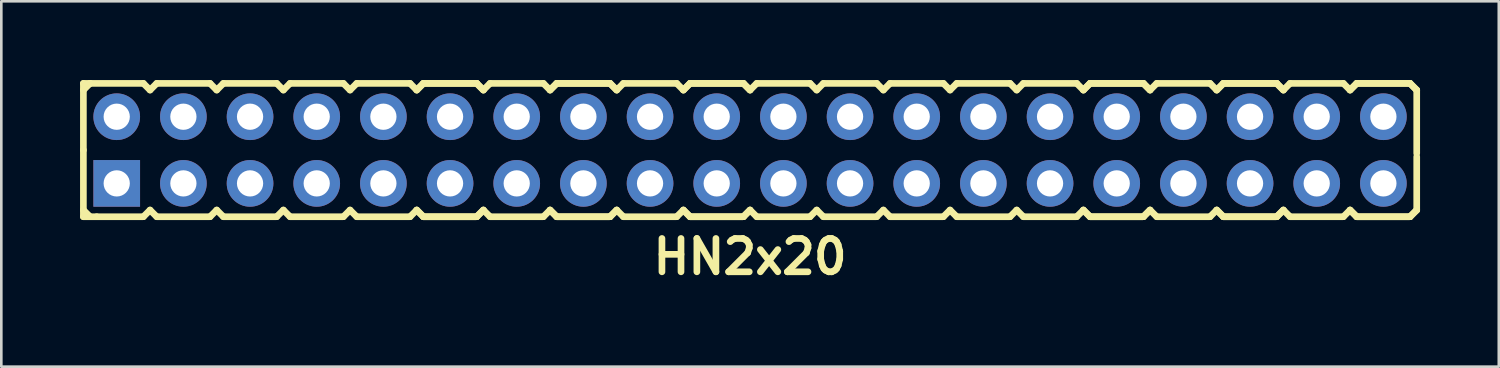
<source format=kicad_pcb>
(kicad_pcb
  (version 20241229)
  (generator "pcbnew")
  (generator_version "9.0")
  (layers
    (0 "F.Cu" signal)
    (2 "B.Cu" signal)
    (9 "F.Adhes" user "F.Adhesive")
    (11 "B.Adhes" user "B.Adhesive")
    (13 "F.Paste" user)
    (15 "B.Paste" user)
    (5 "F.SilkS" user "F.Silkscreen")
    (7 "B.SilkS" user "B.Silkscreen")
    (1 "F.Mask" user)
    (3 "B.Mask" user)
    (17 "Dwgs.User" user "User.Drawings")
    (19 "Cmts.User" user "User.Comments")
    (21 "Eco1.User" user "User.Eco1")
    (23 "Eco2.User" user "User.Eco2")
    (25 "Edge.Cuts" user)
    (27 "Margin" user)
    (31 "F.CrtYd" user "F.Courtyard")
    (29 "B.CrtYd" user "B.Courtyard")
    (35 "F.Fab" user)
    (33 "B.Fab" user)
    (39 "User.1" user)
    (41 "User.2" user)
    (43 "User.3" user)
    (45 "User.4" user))
  (footprint "HN2x20"
    (layer "F.Cu")
    (at 25.527 2.667)
    (property "Reference" "HN2x20" (at 0 4.064 0) (layer "F.SilkS") (effects (font (size 1.27 1.27) (thickness 0.254))))
    (attr smd)
    (fp_line (start -25.4 -2.54) (end -25.4 0) (stroke (width 0.254) (type solid)) (layer "F.SilkS"))
    (fp_line (start -25.4 -2.54) (end -25.146 -2.54) (stroke (width 0.254) (type solid)) (layer "F.SilkS"))
    (fp_line (start -25.4 -2.286) (end -25.146 -2.54) (stroke (width 0.254) (type solid)) (layer "F.SilkS"))
    (fp_line (start -25.4 0) (end -25.4 2.54) (stroke (width 0.254) (type solid)) (layer "F.SilkS"))
    (fp_line (start -25.146 -2.54) (end -23.114 -2.54) (stroke (width 0.254) (type solid)) (layer "F.SilkS"))
    (fp_line (start -25.146 2.54) (end -25.4 2.286) (stroke (width 0.254) (type solid)) (layer "F.SilkS"))
    (fp_line (start -24.892 2.54) (end -25.4 2.54) (stroke (width 0.254) (type solid)) (layer "F.SilkS"))
    (fp_line (start -23.114 -2.54) (end -22.86 -2.286) (stroke (width 0.254) (type solid)) (layer "F.SilkS"))
    (fp_line (start -23.114 2.54) (end -24.892 2.54) (stroke (width 0.254) (type solid)) (layer "F.SilkS"))
    (fp_line (start -22.86 -2.286) (end -22.606 -2.54) (stroke (width 0.254) (type solid)) (layer "F.SilkS"))
    (fp_line (start -22.86 2.286) (end -23.114 2.54) (stroke (width 0.254) (type solid)) (layer "F.SilkS"))
    (fp_line (start -22.606 -2.54) (end -20.574 -2.54) (stroke (width 0.254) (type solid)) (layer "F.SilkS"))
    (fp_line (start -22.606 2.54) (end -22.86 2.286) (stroke (width 0.254) (type solid)) (layer "F.SilkS"))
    (fp_line (start -20.574 -2.54) (end -20.32 -2.286) (stroke (width 0.254) (type solid)) (layer "F.SilkS"))
    (fp_line (start -20.574 2.54) (end -22.606 2.54) (stroke (width 0.254) (type solid)) (layer "F.SilkS"))
    (fp_line (start -20.574 2.54) (end -20.32 2.286) (stroke (width 0.254) (type solid)) (layer "F.SilkS"))
    (fp_line (start -20.32 -2.286) (end -20.066 -2.54) (stroke (width 0.254) (type solid)) (layer "F.SilkS"))
    (fp_line (start -20.32 2.286) (end -20.066 2.54) (stroke (width 0.254) (type solid)) (layer "F.SilkS"))
    (fp_line (start -20.066 -2.54) (end -18.034 -2.54) (stroke (width 0.254) (type solid)) (layer "F.SilkS"))
    (fp_line (start -18.034 -2.54) (end -17.78 -2.286) (stroke (width 0.254) (type solid)) (layer "F.SilkS"))
    (fp_line (start -18.034 2.54) (end -20.066 2.54) (stroke (width 0.254) (type solid)) (layer "F.SilkS"))
    (fp_line (start -17.78 -2.286) (end -17.526 -2.54) (stroke (width 0.254) (type solid)) (layer "F.SilkS"))
    (fp_line (start -17.78 2.286) (end -18.034 2.54) (stroke (width 0.254) (type solid)) (layer "F.SilkS"))
    (fp_line (start -17.526 -2.54) (end -15.494 -2.54) (stroke (width 0.254) (type solid)) (layer "F.SilkS"))
    (fp_line (start -17.526 2.54) (end -17.78 2.286) (stroke (width 0.254) (type solid)) (layer "F.SilkS"))
    (fp_line (start -15.494 -2.54) (end -15.24 -2.286) (stroke (width 0.254) (type solid)) (layer "F.SilkS"))
    (fp_line (start -15.494 2.54) (end -17.526 2.54) (stroke (width 0.254) (type solid)) (layer "F.SilkS"))
    (fp_line (start -15.24 -2.286) (end -14.986 -2.54) (stroke (width 0.254) (type solid)) (layer "F.SilkS"))
    (fp_line (start -15.24 2.286) (end -15.494 2.54) (stroke (width 0.254) (type solid)) (layer "F.SilkS"))
    (fp_line (start -14.986 -2.54) (end -12.954 -2.54) (stroke (width 0.254) (type solid)) (layer "F.SilkS"))
    (fp_line (start -14.986 2.54) (end -15.24 2.286) (stroke (width 0.254) (type solid)) (layer "F.SilkS"))
    (fp_line (start -12.954 -2.54) (end -12.7 -2.286) (stroke (width 0.254) (type solid)) (layer "F.SilkS"))
    (fp_line (start -12.954 2.54) (end -14.986 2.54) (stroke (width 0.254) (type solid)) (layer "F.SilkS"))
    (fp_line (start -12.7 -2.286) (end -12.446 -2.54) (stroke (width 0.254) (type solid)) (layer "F.SilkS"))
    (fp_line (start -12.7 -2.286) (end -12.446 -2.54) (stroke (width 0.254) (type solid)) (layer "F.SilkS"))
    (fp_line (start -12.7 2.286) (end -12.954 2.54) (stroke (width 0.254) (type solid)) (layer "F.SilkS"))
    (fp_line (start -12.446 -2.54) (end -10.414 -2.54) (stroke (width 0.254) (type solid)) (layer "F.SilkS"))
    (fp_line (start -12.446 -2.54) (end -10.414 -2.54) (stroke (width 0.254) (type solid)) (layer "F.SilkS"))
    (fp_line (start -12.446 2.54) (end -12.7 2.286) (stroke (width 0.254) (type solid)) (layer "F.SilkS"))
    (fp_line (start -12.446 2.54) (end -12.7 2.286) (stroke (width 0.254) (type solid)) (layer "F.SilkS"))
    (fp_line (start -10.414 -2.54) (end -10.16 -2.286) (stroke (width 0.254) (type solid)) (layer "F.SilkS"))
    (fp_line (start -10.414 -2.54) (end -10.16 -2.286) (stroke (width 0.254) (type solid)) (layer "F.SilkS"))
    (fp_line (start -10.414 2.54) (end -12.446 2.54) (stroke (width 0.254) (type solid)) (layer "F.SilkS"))
    (fp_line (start -10.414 2.54) (end -12.446 2.54) (stroke (width 0.254) (type solid)) (layer "F.SilkS"))
    (fp_line (start -10.16 -2.286) (end -9.906 -2.54) (stroke (width 0.254) (type solid)) (layer "F.SilkS"))
    (fp_line (start -10.16 2.286) (end -10.414 2.54) (stroke (width 0.254) (type solid)) (layer "F.SilkS"))
    (fp_line (start -10.16 2.286) (end -10.414 2.54) (stroke (width 0.254) (type solid)) (layer "F.SilkS"))
    (fp_line (start -9.906 -2.54) (end -7.874 -2.54) (stroke (width 0.254) (type solid)) (layer "F.SilkS"))
    (fp_line (start -9.906 2.54) (end -10.16 2.286) (stroke (width 0.254) (type solid)) (layer "F.SilkS"))
    (fp_line (start -7.874 -2.54) (end -7.62 -2.286) (stroke (width 0.254) (type solid)) (layer "F.SilkS"))
    (fp_line (start -7.874 2.54) (end -9.906 2.54) (stroke (width 0.254) (type solid)) (layer "F.SilkS"))
    (fp_line (start -7.62 -2.286) (end -7.366 -2.54) (stroke (width 0.254) (type solid)) (layer "F.SilkS"))
    (fp_line (start -7.62 -2.286) (end -7.366 -2.54) (stroke (width 0.254) (type solid)) (layer "F.SilkS"))
    (fp_line (start -7.62 2.286) (end -7.874 2.54) (stroke (width 0.254) (type solid)) (layer "F.SilkS"))
    (fp_line (start -7.366 -2.54) (end -5.334 -2.54) (stroke (width 0.254) (type solid)) (layer "F.SilkS"))
    (fp_line (start -7.366 -2.54) (end -5.334 -2.54) (stroke (width 0.254) (type solid)) (layer "F.SilkS"))
    (fp_line (start -7.366 2.54) (end -7.62 2.286) (stroke (width 0.254) (type solid)) (layer "F.SilkS"))
    (fp_line (start -7.366 2.54) (end -7.62 2.286) (stroke (width 0.254) (type solid)) (layer "F.SilkS"))
    (fp_line (start -5.334 -2.54) (end -5.08 -2.286) (stroke (width 0.254) (type solid)) (layer "F.SilkS"))
    (fp_line (start -5.334 -2.54) (end -5.08 -2.286) (stroke (width 0.254) (type solid)) (layer "F.SilkS"))
    (fp_line (start -5.334 2.54) (end -7.366 2.54) (stroke (width 0.254) (type solid)) (layer "F.SilkS"))
    (fp_line (start -5.334 2.54) (end -7.366 2.54) (stroke (width 0.254) (type solid)) (layer "F.SilkS"))
    (fp_line (start -5.08 -2.286) (end -4.826 -2.54) (stroke (width 0.254) (type solid)) (layer "F.SilkS"))
    (fp_line (start -5.08 2.286) (end -5.334 2.54) (stroke (width 0.254) (type solid)) (layer "F.SilkS"))
    (fp_line (start -5.08 2.286) (end -5.334 2.54) (stroke (width 0.254) (type solid)) (layer "F.SilkS"))
    (fp_line (start -4.826 -2.54) (end -2.794 -2.54) (stroke (width 0.254) (type solid)) (layer "F.SilkS"))
    (fp_line (start -4.826 2.54) (end -5.08 2.286) (stroke (width 0.254) (type solid)) (layer "F.SilkS"))
    (fp_line (start -2.794 -2.54) (end -2.54 -2.286) (stroke (width 0.254) (type solid)) (layer "F.SilkS"))
    (fp_line (start -2.794 2.54) (end -4.826 2.54) (stroke (width 0.254) (type solid)) (layer "F.SilkS"))
    (fp_line (start -2.54 -2.286) (end -2.286 -2.54) (stroke (width 0.254) (type solid)) (layer "F.SilkS"))
    (fp_line (start -2.54 -2.286) (end -2.286 -2.54) (stroke (width 0.254) (type solid)) (layer "F.SilkS"))
    (fp_line (start -2.54 2.286) (end -2.794 2.54) (stroke (width 0.254) (type solid)) (layer "F.SilkS"))
    (fp_line (start -2.286 -2.54) (end -0.254 -2.54) (stroke (width 0.254) (type solid)) (layer "F.SilkS"))
    (fp_line (start -2.286 -2.54) (end -0.254 -2.54) (stroke (width 0.254) (type solid)) (layer "F.SilkS"))
    (fp_line (start -2.286 2.54) (end -2.54 2.286) (stroke (width 0.254) (type solid)) (layer "F.SilkS"))
    (fp_line (start -2.286 2.54) (end -2.54 2.286) (stroke (width 0.254) (type solid)) (layer "F.SilkS"))
    (fp_line (start -0.254 -2.54) (end 0 -2.286) (stroke (width 0.254) (type solid)) (layer "F.SilkS"))
    (fp_line (start -0.254 -2.54) (end 0 -2.286) (stroke (width 0.254) (type solid)) (layer "F.SilkS"))
    (fp_line (start -0.254 2.54) (end -2.286 2.54) (stroke (width 0.254) (type solid)) (layer "F.SilkS"))
    (fp_line (start -0.254 2.54) (end -2.286 2.54) (stroke (width 0.254) (type solid)) (layer "F.SilkS"))
    (fp_line (start 0 -2.286) (end 0.254 -2.54) (stroke (width 0.254) (type solid)) (layer "F.SilkS"))
    (fp_line (start 0 2.286) (end -0.254 2.54) (stroke (width 0.254) (type solid)) (layer "F.SilkS"))
    (fp_line (start 0 2.286) (end -0.254 2.54) (stroke (width 0.254) (type solid)) (layer "F.SilkS"))
    (fp_line (start 0.254 -2.54) (end 2.286 -2.54) (stroke (width 0.254) (type solid)) (layer "F.SilkS"))
    (fp_line (start 0.254 2.54) (end 0 2.286) (stroke (width 0.254) (type solid)) (layer "F.SilkS"))
    (fp_line (start 2.286 -2.54) (end 2.54 -2.286) (stroke (width 0.254) (type solid)) (layer "F.SilkS"))
    (fp_line (start 2.286 2.54) (end 0.254 2.54) (stroke (width 0.254) (type solid)) (layer "F.SilkS"))
    (fp_line (start 2.54 -2.286) (end 2.794 -2.54) (stroke (width 0.254) (type solid)) (layer "F.SilkS"))
    (fp_line (start 2.54 2.286) (end 2.286 2.54) (stroke (width 0.254) (type solid)) (layer "F.SilkS"))
    (fp_line (start 2.794 -2.54) (end 4.826 -2.54) (stroke (width 0.254) (type solid)) (layer "F.SilkS"))
    (fp_line (start 2.794 2.54) (end 2.54 2.286) (stroke (width 0.254) (type solid)) (layer "F.SilkS"))
    (fp_line (start 4.826 -2.54) (end 5.08 -2.286) (stroke (width 0.254) (type solid)) (layer "F.SilkS"))
    (fp_line (start 4.826 2.54) (end 2.794 2.54) (stroke (width 0.254) (type solid)) (layer "F.SilkS"))
    (fp_line (start 4.826 2.54) (end 5.08 2.286) (stroke (width 0.254) (type solid)) (layer "F.SilkS"))
    (fp_line (start 5.08 -2.286) (end 5.334 -2.54) (stroke (width 0.254) (type solid)) (layer "F.SilkS"))
    (fp_line (start 5.08 2.286) (end 5.334 2.54) (stroke (width 0.254) (type solid)) (layer "F.SilkS"))
    (fp_line (start 5.334 -2.54) (end 7.366 -2.54) (stroke (width 0.254) (type solid)) (layer "F.SilkS"))
    (fp_line (start 7.366 -2.54) (end 7.62 -2.286) (stroke (width 0.254) (type solid)) (layer "F.SilkS"))
    (fp_line (start 7.366 2.54) (end 5.334 2.54) (stroke (width 0.254) (type solid)) (layer "F.SilkS"))
    (fp_line (start 7.62 -2.286) (end 7.874 -2.54) (stroke (width 0.254) (type solid)) (layer "F.SilkS"))
    (fp_line (start 7.62 2.286) (end 7.366 2.54) (stroke (width 0.254) (type solid)) (layer "F.SilkS"))
    (fp_line (start 7.874 -2.54) (end 9.906 -2.54) (stroke (width 0.254) (type solid)) (layer "F.SilkS"))
    (fp_line (start 7.874 2.54) (end 7.62 2.286) (stroke (width 0.254) (type solid)) (layer "F.SilkS"))
    (fp_line (start 9.906 -2.54) (end 10.16 -2.286) (stroke (width 0.254) (type solid)) (layer "F.SilkS"))
    (fp_line (start 9.906 2.54) (end 7.874 2.54) (stroke (width 0.254) (type solid)) (layer "F.SilkS"))
    (fp_line (start 10.16 -2.286) (end 10.414 -2.54) (stroke (width 0.254) (type solid)) (layer "F.SilkS"))
    (fp_line (start 10.16 2.286) (end 9.906 2.54) (stroke (width 0.254) (type solid)) (layer "F.SilkS"))
    (fp_line (start 10.414 -2.54) (end 12.446 -2.54) (stroke (width 0.254) (type solid)) (layer "F.SilkS"))
    (fp_line (start 10.414 2.54) (end 10.16 2.286) (stroke (width 0.254) (type solid)) (layer "F.SilkS"))
    (fp_line (start 12.446 -2.54) (end 12.7 -2.286) (stroke (width 0.254) (type solid)) (layer "F.SilkS"))
    (fp_line (start 12.446 2.54) (end 10.414 2.54) (stroke (width 0.254) (type solid)) (layer "F.SilkS"))
    (fp_line (start 12.7 -2.286) (end 12.954 -2.54) (stroke (width 0.254) (type solid)) (layer "F.SilkS"))
    (fp_line (start 12.7 -2.286) (end 12.954 -2.54) (stroke (width 0.254) (type solid)) (layer "F.SilkS"))
    (fp_line (start 12.7 2.286) (end 12.446 2.54) (stroke (width 0.254) (type solid)) (layer "F.SilkS"))
    (fp_line (start 12.954 -2.54) (end 14.986 -2.54) (stroke (width 0.254) (type solid)) (layer "F.SilkS"))
    (fp_line (start 12.954 -2.54) (end 14.986 -2.54) (stroke (width 0.254) (type solid)) (layer "F.SilkS"))
    (fp_line (start 12.954 2.54) (end 12.7 2.286) (stroke (width 0.254) (type solid)) (layer "F.SilkS"))
    (fp_line (start 12.954 2.54) (end 12.7 2.286) (stroke (width 0.254) (type solid)) (layer "F.SilkS"))
    (fp_line (start 14.986 -2.54) (end 15.24 -2.286) (stroke (width 0.254) (type solid)) (layer "F.SilkS"))
    (fp_line (start 14.986 -2.54) (end 15.24 -2.286) (stroke (width 0.254) (type solid)) (layer "F.SilkS"))
    (fp_line (start 14.986 2.54) (end 12.954 2.54) (stroke (width 0.254) (type solid)) (layer "F.SilkS"))
    (fp_line (start 14.986 2.54) (end 12.954 2.54) (stroke (width 0.254) (type solid)) (layer "F.SilkS"))
    (fp_line (start 15.24 -2.286) (end 15.494 -2.54) (stroke (width 0.254) (type solid)) (layer "F.SilkS"))
    (fp_line (start 15.24 2.286) (end 14.986 2.54) (stroke (width 0.254) (type solid)) (layer "F.SilkS"))
    (fp_line (start 15.24 2.286) (end 14.986 2.54) (stroke (width 0.254) (type solid)) (layer "F.SilkS"))
    (fp_line (start 15.494 -2.54) (end 17.526 -2.54) (stroke (width 0.254) (type solid)) (layer "F.SilkS"))
    (fp_line (start 15.494 2.54) (end 15.24 2.286) (stroke (width 0.254) (type solid)) (layer "F.SilkS"))
    (fp_line (start 17.526 -2.54) (end 17.78 -2.286) (stroke (width 0.254) (type solid)) (layer "F.SilkS"))
    (fp_line (start 17.526 2.54) (end 15.494 2.54) (stroke (width 0.254) (type solid)) (layer "F.SilkS"))
    (fp_line (start 17.78 -2.286) (end 18.034 -2.54) (stroke (width 0.254) (type solid)) (layer "F.SilkS"))
    (fp_line (start 17.78 -2.286) (end 18.034 -2.54) (stroke (width 0.254) (type solid)) (layer "F.SilkS"))
    (fp_line (start 17.78 2.286) (end 17.526 2.54) (stroke (width 0.254) (type solid)) (layer "F.SilkS"))
    (fp_line (start 18.034 -2.54) (end 20.066 -2.54) (stroke (width 0.254) (type solid)) (layer "F.SilkS"))
    (fp_line (start 18.034 -2.54) (end 20.066 -2.54) (stroke (width 0.254) (type solid)) (layer "F.SilkS"))
    (fp_line (start 18.034 2.54) (end 17.78 2.286) (stroke (width 0.254) (type solid)) (layer "F.SilkS"))
    (fp_line (start 18.034 2.54) (end 17.78 2.286) (stroke (width 0.254) (type solid)) (layer "F.SilkS"))
    (fp_line (start 20.066 -2.54) (end 20.32 -2.286) (stroke (width 0.254) (type solid)) (layer "F.SilkS"))
    (fp_line (start 20.066 -2.54) (end 20.32 -2.286) (stroke (width 0.254) (type solid)) (layer "F.SilkS"))
    (fp_line (start 20.066 2.54) (end 18.034 2.54) (stroke (width 0.254) (type solid)) (layer "F.SilkS"))
    (fp_line (start 20.066 2.54) (end 18.034 2.54) (stroke (width 0.254) (type solid)) (layer "F.SilkS"))
    (fp_line (start 20.32 -2.286) (end 20.574 -2.54) (stroke (width 0.254) (type solid)) (layer "F.SilkS"))
    (fp_line (start 20.32 2.286) (end 20.066 2.54) (stroke (width 0.254) (type solid)) (layer "F.SilkS"))
    (fp_line (start 20.32 2.286) (end 20.066 2.54) (stroke (width 0.254) (type solid)) (layer "F.SilkS"))
    (fp_line (start 20.574 -2.54) (end 22.606 -2.54) (stroke (width 0.254) (type solid)) (layer "F.SilkS"))
    (fp_line (start 20.574 2.54) (end 20.32 2.286) (stroke (width 0.254) (type solid)) (layer "F.SilkS"))
    (fp_line (start 22.606 -2.54) (end 22.86 -2.286) (stroke (width 0.254) (type solid)) (layer "F.SilkS"))
    (fp_line (start 22.606 2.54) (end 20.574 2.54) (stroke (width 0.254) (type solid)) (layer "F.SilkS"))
    (fp_line (start 22.86 -2.286) (end 23.114 -2.54) (stroke (width 0.254) (type solid)) (layer "F.SilkS"))
    (fp_line (start 22.86 -2.286) (end 23.114 -2.54) (stroke (width 0.254) (type solid)) (layer "F.SilkS"))
    (fp_line (start 22.86 2.286) (end 22.606 2.54) (stroke (width 0.254) (type solid)) (layer "F.SilkS"))
    (fp_line (start 23.114 -2.54) (end 25.146 -2.54) (stroke (width 0.254) (type solid)) (layer "F.SilkS"))
    (fp_line (start 23.114 -2.54) (end 25.146 -2.54) (stroke (width 0.254) (type solid)) (layer "F.SilkS"))
    (fp_line (start 23.114 2.54) (end 22.86 2.286) (stroke (width 0.254) (type solid)) (layer "F.SilkS"))
    (fp_line (start 23.114 2.54) (end 22.86 2.286) (stroke (width 0.254) (type solid)) (layer "F.SilkS"))
    (fp_line (start 25.146 -2.54) (end 25.4 -2.286) (stroke (width 0.254) (type solid)) (layer "F.SilkS"))
    (fp_line (start 25.146 -2.54) (end 25.4 -2.286) (stroke (width 0.254) (type solid)) (layer "F.SilkS"))
    (fp_line (start 25.146 2.54) (end 23.114 2.54) (stroke (width 0.254) (type solid)) (layer "F.SilkS"))
    (fp_line (start 25.146 2.54) (end 23.114 2.54) (stroke (width 0.254) (type solid)) (layer "F.SilkS"))
    (fp_line (start 25.4 -2.286) (end 25.4 0.127) (stroke (width 0.254) (type solid)) (layer "F.SilkS"))
    (fp_line (start 25.4 0.254) (end 25.4 2.286) (stroke (width 0.254) (type solid)) (layer "F.SilkS"))
    (fp_line (start 25.4 2.286) (end 25.146 2.54) (stroke (width 0.254) (type solid)) (layer "F.SilkS"))
    (fp_line (start 25.4 2.286) (end 25.146 2.54) (stroke (width 0.254) (type solid)) (layer "F.SilkS"))
    (pad "1" thru_hole rect (at -24.13 1.27) (size 1.778 1.778) (drill 1) (layers "*.Cu" "*.Mask"))
    (pad "2" thru_hole circle (at -24.13 -1.27) (size 1.778 1.778) (drill 1) (layers "*.Cu" "*.Mask"))
    (pad "3" thru_hole circle (at -21.59 1.27) (size 1.778 1.778) (drill 1) (layers "*.Cu" "*.Mask"))
    (pad "4" thru_hole circle (at -21.59 -1.27) (size 1.778 1.778) (drill 1) (layers "*.Cu" "*.Mask"))
    (pad "5" thru_hole circle (at -19.05 1.27) (size 1.778 1.778) (drill 1) (layers "*.Cu" "*.Mask"))
    (pad "6" thru_hole circle (at -19.05 -1.27) (size 1.778 1.778) (drill 1) (layers "*.Cu" "*.Mask"))
    (pad "7" thru_hole circle (at -16.51 1.27) (size 1.778 1.778) (drill 1) (layers "*.Cu" "*.Mask"))
    (pad "8" thru_hole circle (at -16.51 -1.27) (size 1.778 1.778) (drill 1) (layers "*.Cu" "*.Mask"))
    (pad "9" thru_hole circle (at -13.97 1.27) (size 1.778 1.778) (drill 1) (layers "*.Cu" "*.Mask"))
    (pad "10" thru_hole circle (at -13.97 -1.27) (size 1.778 1.778) (drill 1) (layers "*.Cu" "*.Mask"))
    (pad "11" thru_hole circle (at -11.43 1.27) (size 1.778 1.778) (drill 1) (layers "*.Cu" "*.Mask"))
    (pad "12" thru_hole circle (at -11.43 -1.27) (size 1.778 1.778) (drill 1) (layers "*.Cu" "*.Mask"))
    (pad "13" thru_hole circle (at -8.89 1.27) (size 1.778 1.778) (drill 1) (layers "*.Cu" "*.Mask"))
    (pad "14" thru_hole circle (at -8.89 -1.27) (size 1.778 1.778) (drill 1) (layers "*.Cu" "*.Mask"))
    (pad "15" thru_hole circle (at -6.35 1.27) (size 1.778 1.778) (drill 1) (layers "*.Cu" "*.Mask"))
    (pad "16" thru_hole circle (at -6.35 -1.27) (size 1.778 1.778) (drill 1) (layers "*.Cu" "*.Mask"))
    (pad "17" thru_hole circle (at -3.81 1.27) (size 1.778 1.778) (drill 1) (layers "*.Cu" "*.Mask"))
    (pad "18" thru_hole circle (at -3.81 -1.27) (size 1.778 1.778) (drill 1) (layers "*.Cu" "*.Mask"))
    (pad "19" thru_hole circle (at -1.27 1.27) (size 1.778 1.778) (drill 1) (layers "*.Cu" "*.Mask"))
    (pad "20" thru_hole circle (at -1.27 -1.27) (size 1.778 1.778) (drill 1) (layers "*.Cu" "*.Mask"))
    (pad "21" thru_hole circle (at 1.27 1.27) (size 1.778 1.778) (drill 1) (layers "*.Cu" "*.Mask"))
    (pad "22" thru_hole circle (at 1.27 -1.27) (size 1.778 1.778) (drill 1) (layers "*.Cu" "*.Mask"))
    (pad "23" thru_hole circle (at 3.81 1.27) (size 1.778 1.778) (drill 1) (layers "*.Cu" "*.Mask"))
    (pad "24" thru_hole circle (at 3.81 -1.27) (size 1.778 1.778) (drill 1) (layers "*.Cu" "*.Mask"))
    (pad "25" thru_hole circle (at 6.35 1.27) (size 1.778 1.778) (drill 1) (layers "*.Cu" "*.Mask"))
    (pad "26" thru_hole circle (at 6.35 -1.27) (size 1.778 1.778) (drill 1) (layers "*.Cu" "*.Mask"))
    (pad "27" thru_hole circle (at 8.89 1.27) (size 1.778 1.778) (drill 1) (layers "*.Cu" "*.Mask"))
    (pad "28" thru_hole circle (at 8.89 -1.27) (size 1.778 1.778) (drill 1) (layers "*.Cu" "*.Mask"))
    (pad "29" thru_hole circle (at 11.43 1.27) (size 1.778 1.778) (drill 1) (layers "*.Cu" "*.Mask"))
    (pad "30" thru_hole circle (at 11.43 -1.27) (size 1.778 1.778) (drill 1) (layers "*.Cu" "*.Mask"))
    (pad "31" thru_hole circle (at 13.97 1.27) (size 1.778 1.778) (drill 1) (layers "*.Cu" "*.Mask"))
    (pad "32" thru_hole circle (at 13.97 -1.27) (size 1.778 1.778) (drill 1) (layers "*.Cu" "*.Mask"))
    (pad "33" thru_hole circle (at 16.51 1.27) (size 1.778 1.778) (drill 1) (layers "*.Cu" "*.Mask"))
    (pad "34" thru_hole circle (at 16.51 -1.27) (size 1.778 1.778) (drill 1) (layers "*.Cu" "*.Mask"))
    (pad "35" thru_hole circle (at 19.05 1.27) (size 1.778 1.778) (drill 1) (layers "*.Cu" "*.Mask"))
    (pad "36" thru_hole circle (at 19.05 -1.27) (size 1.778 1.778) (drill 1) (layers "*.Cu" "*.Mask"))
    (pad "37" thru_hole circle (at 21.59 1.27) (size 1.778 1.778) (drill 1) (layers "*.Cu" "*.Mask"))
    (pad "38" thru_hole circle (at 21.59 -1.27) (size 1.778 1.778) (drill 1) (layers "*.Cu" "*.Mask"))
    (pad "39" thru_hole circle (at 24.13 1.27) (size 1.778 1.778) (drill 1) (layers "*.Cu" "*.Mask"))
    (pad "40" thru_hole circle (at 24.13 -1.27) (size 1.778 1.778) (drill 1) (layers "*.Cu" "*.Mask")))
  (gr_rect
    (start -3 -3)
    (end 54.054 10.92)
    (stroke (width 0.1) (type default))
    (fill no)
    (layer "Edge.Cuts")))
</source>
